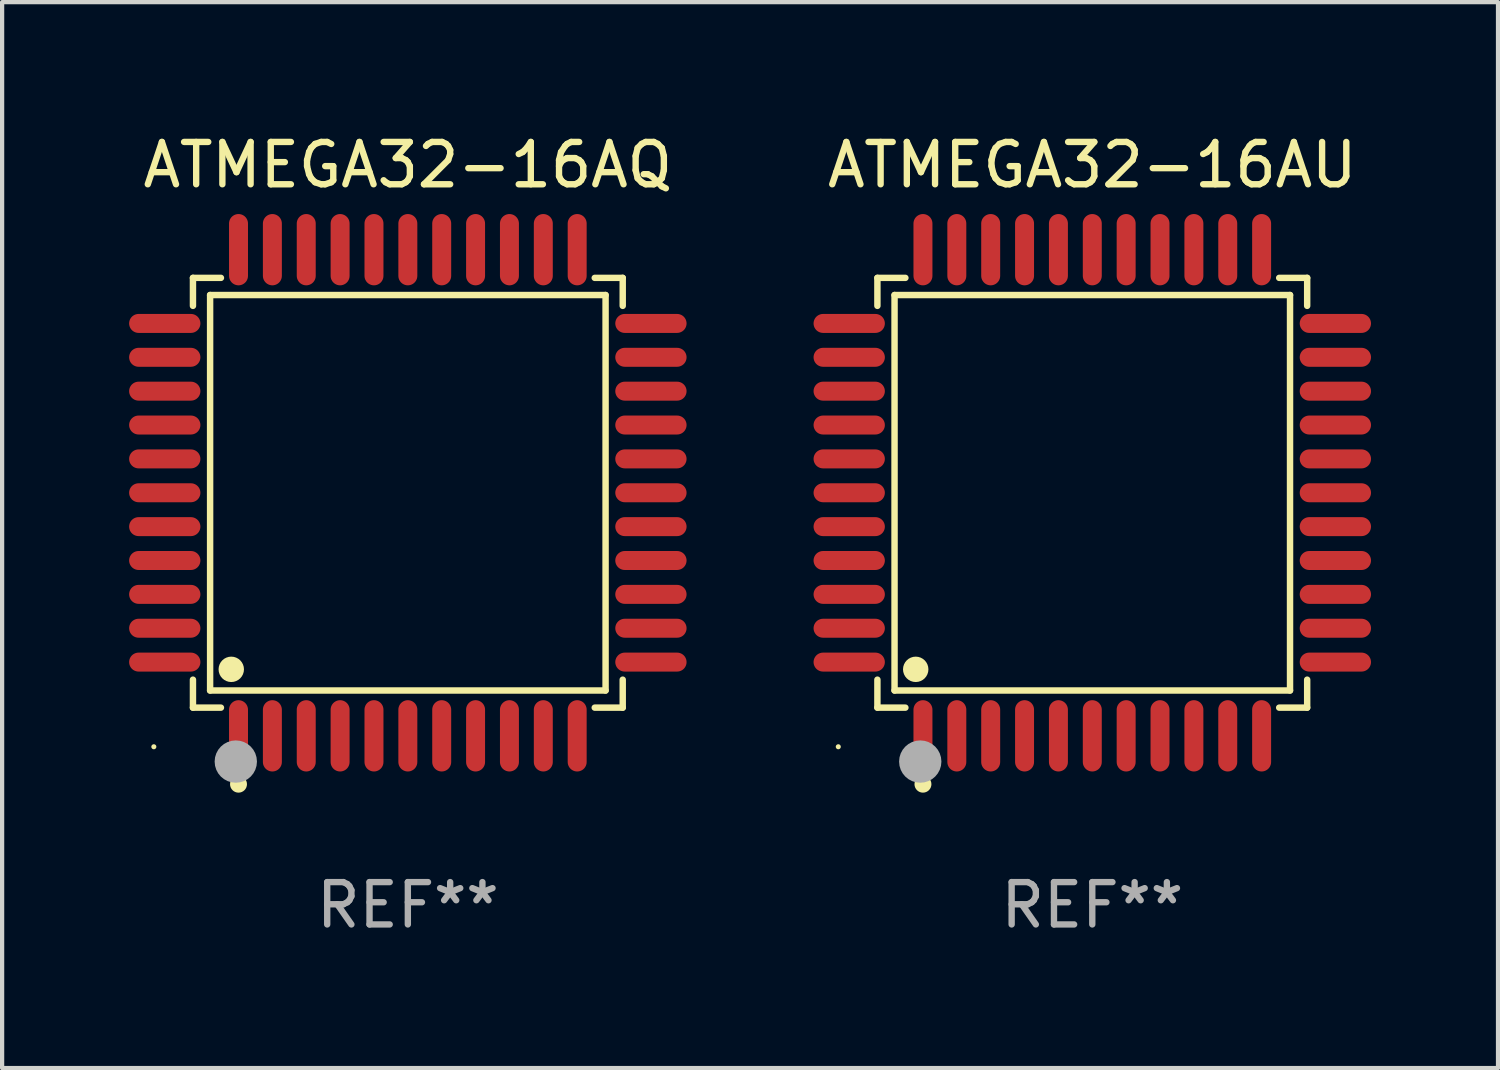
<source format=kicad_pcb>
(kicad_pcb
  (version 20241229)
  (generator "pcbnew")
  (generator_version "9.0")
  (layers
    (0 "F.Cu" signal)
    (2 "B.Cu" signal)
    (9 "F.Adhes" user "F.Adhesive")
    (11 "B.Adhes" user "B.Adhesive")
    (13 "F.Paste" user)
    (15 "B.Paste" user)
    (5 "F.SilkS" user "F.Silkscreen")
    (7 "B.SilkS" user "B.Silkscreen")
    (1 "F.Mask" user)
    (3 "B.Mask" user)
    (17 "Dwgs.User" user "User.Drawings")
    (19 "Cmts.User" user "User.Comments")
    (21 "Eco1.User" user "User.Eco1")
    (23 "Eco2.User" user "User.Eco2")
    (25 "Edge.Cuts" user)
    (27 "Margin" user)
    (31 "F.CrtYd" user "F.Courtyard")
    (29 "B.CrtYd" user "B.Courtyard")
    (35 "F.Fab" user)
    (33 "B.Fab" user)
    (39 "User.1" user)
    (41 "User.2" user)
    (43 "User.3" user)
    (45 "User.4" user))
  (footprint "ATMEGA32-16AU"
    (layer "F.Cu")
    (at 22.752 8.59)
    (property "Reference" "ATMEGA32-16AU" (at 0 -7.742 0) (layer "F.SilkS") (effects (font (size 1 1) (thickness 0.15))))
    (attr through_hole)
    (fp_line (start -5.076 -5.076) (end -4.415 -5.076) (stroke (width 0.152) (type solid)) (layer "F.SilkS"))
    (fp_line (start -5.076 -4.415) (end -5.076 -5.076) (stroke (width 0.152) (type solid)) (layer "F.SilkS"))
    (fp_line (start -5.076 4.415) (end -5.076 5.076) (stroke (width 0.152) (type solid)) (layer "F.SilkS"))
    (fp_line (start -5.076 5.076) (end -4.415 5.076) (stroke (width 0.152) (type solid)) (layer "F.SilkS"))
    (fp_line (start -4.671 -4.671) (end 4.671 -4.671) (stroke (width 0.152) (type solid)) (layer "F.SilkS"))
    (fp_line (start -4.671 4.671) (end -4.671 -4.671) (stroke (width 0.152) (type solid)) (layer "F.SilkS"))
    (fp_line (start 4.671 -4.671) (end 4.671 4.671) (stroke (width 0.152) (type solid)) (layer "F.SilkS"))
    (fp_line (start 4.671 4.671) (end -4.671 4.671) (stroke (width 0.152) (type solid)) (layer "F.SilkS"))
    (fp_line (start 5.076 -5.076) (end 4.415 -5.076) (stroke (width 0.152) (type solid)) (layer "F.SilkS"))
    (fp_line (start 5.076 -4.415) (end 5.076 -5.076) (stroke (width 0.152) (type solid)) (layer "F.SilkS"))
    (fp_line (start 5.076 4.415) (end 5.076 5.076) (stroke (width 0.152) (type solid)) (layer "F.SilkS"))
    (fp_line (start 5.076 5.076) (end 4.415 5.076) (stroke (width 0.152) (type solid)) (layer "F.SilkS"))
    (fp_circle (center -6 6) (end -5.97 6) (stroke (width 0.06) (type solid)) (fill no) (layer "F.SilkS"))
    (fp_circle (center -4.171 4.171) (end -4.021 4.171) (stroke (width 0.3) (type solid)) (fill no) (layer "F.SilkS"))
    (fp_circle (center -4 6.884) (end -3.9 6.884) (stroke (width 0.2) (type solid)) (fill no) (layer "F.SilkS"))
    (fp_circle (center -4.064 6.35) (end -3.814 6.35) (stroke (width 0.5) (type solid)) (fill no) (layer "F.Fab"))
    (fp_text user "REF**" (at 0 9.742 0) (layer "F.Fab") (effects (font (size 1 1) (thickness 0.15))))
    (pad "1" smd oval (at -4 5.742) (size 0.448 1.684) (layers "F.Cu" "F.Mask" "F.Paste"))
    (pad "2" smd oval (at -3.2 5.742) (size 0.448 1.684) (layers "F.Cu" "F.Mask" "F.Paste"))
    (pad "3" smd oval (at -2.4 5.742) (size 0.448 1.684) (layers "F.Cu" "F.Mask" "F.Paste"))
    (pad "4" smd oval (at -1.6 5.742) (size 0.448 1.684) (layers "F.Cu" "F.Mask" "F.Paste"))
    (pad "5" smd oval (at -0.8 5.742) (size 0.448 1.684) (layers "F.Cu" "F.Mask" "F.Paste"))
    (pad "6" smd oval (at 0 5.742) (size 0.448 1.684) (layers "F.Cu" "F.Mask" "F.Paste"))
    (pad "7" smd oval (at 0.8 5.742) (size 0.448 1.684) (layers "F.Cu" "F.Mask" "F.Paste"))
    (pad "8" smd oval (at 1.6 5.742) (size 0.448 1.684) (layers "F.Cu" "F.Mask" "F.Paste"))
    (pad "9" smd oval (at 2.4 5.742) (size 0.448 1.684) (layers "F.Cu" "F.Mask" "F.Paste"))
    (pad "10" smd oval (at 3.2 5.742) (size 0.448 1.684) (layers "F.Cu" "F.Mask" "F.Paste"))
    (pad "11" smd oval (at 4 5.742) (size 0.448 1.684) (layers "F.Cu" "F.Mask" "F.Paste"))
    (pad "12" smd oval (at 5.742 4) (size 1.684 0.448) (layers "F.Cu" "F.Mask" "F.Paste"))
    (pad "13" smd oval (at 5.742 3.2) (size 1.684 0.448) (layers "F.Cu" "F.Mask" "F.Paste"))
    (pad "14" smd oval (at 5.742 2.4) (size 1.684 0.448) (layers "F.Cu" "F.Mask" "F.Paste"))
    (pad "15" smd oval (at 5.742 1.6) (size 1.684 0.448) (layers "F.Cu" "F.Mask" "F.Paste"))
    (pad "16" smd oval (at 5.742 0.8) (size 1.684 0.448) (layers "F.Cu" "F.Mask" "F.Paste"))
    (pad "17" smd oval (at 5.742 0) (size 1.684 0.448) (layers "F.Cu" "F.Mask" "F.Paste"))
    (pad "18" smd oval (at 5.742 -0.8) (size 1.684 0.448) (layers "F.Cu" "F.Mask" "F.Paste"))
    (pad "19" smd oval (at 5.742 -1.6) (size 1.684 0.448) (layers "F.Cu" "F.Mask" "F.Paste"))
    (pad "20" smd oval (at 5.742 -2.4) (size 1.684 0.448) (layers "F.Cu" "F.Mask" "F.Paste"))
    (pad "21" smd oval (at 5.742 -3.2) (size 1.684 0.448) (layers "F.Cu" "F.Mask" "F.Paste"))
    (pad "22" smd oval (at 5.742 -4) (size 1.684 0.448) (layers "F.Cu" "F.Mask" "F.Paste"))
    (pad "23" smd oval (at 4 -5.742) (size 0.448 1.684) (layers "F.Cu" "F.Mask" "F.Paste"))
    (pad "24" smd oval (at 3.2 -5.742) (size 0.448 1.684) (layers "F.Cu" "F.Mask" "F.Paste"))
    (pad "25" smd oval (at 2.4 -5.742) (size 0.448 1.684) (layers "F.Cu" "F.Mask" "F.Paste"))
    (pad "26" smd oval (at 1.6 -5.742) (size 0.448 1.684) (layers "F.Cu" "F.Mask" "F.Paste"))
    (pad "27" smd oval (at 0.8 -5.742) (size 0.448 1.684) (layers "F.Cu" "F.Mask" "F.Paste"))
    (pad "28" smd oval (at 0 -5.742) (size 0.448 1.684) (layers "F.Cu" "F.Mask" "F.Paste"))
    (pad "29" smd oval (at -0.8 -5.742) (size 0.448 1.684) (layers "F.Cu" "F.Mask" "F.Paste"))
    (pad "30" smd oval (at -1.6 -5.742) (size 0.448 1.684) (layers "F.Cu" "F.Mask" "F.Paste"))
    (pad "31" smd oval (at -2.4 -5.742) (size 0.448 1.684) (layers "F.Cu" "F.Mask" "F.Paste"))
    (pad "32" smd oval (at -3.2 -5.742) (size 0.448 1.684) (layers "F.Cu" "F.Mask" "F.Paste"))
    (pad "33" smd oval (at -4 -5.742) (size 0.448 1.684) (layers "F.Cu" "F.Mask" "F.Paste"))
    (pad "34" smd oval (at -5.742 -4) (size 1.684 0.448) (layers "F.Cu" "F.Mask" "F.Paste"))
    (pad "35" smd oval (at -5.742 -3.2) (size 1.684 0.448) (layers "F.Cu" "F.Mask" "F.Paste"))
    (pad "36" smd oval (at -5.742 -2.4) (size 1.684 0.448) (layers "F.Cu" "F.Mask" "F.Paste"))
    (pad "37" smd oval (at -5.742 -1.6) (size 1.684 0.448) (layers "F.Cu" "F.Mask" "F.Paste"))
    (pad "38" smd oval (at -5.742 -0.8) (size 1.684 0.448) (layers "F.Cu" "F.Mask" "F.Paste"))
    (pad "39" smd oval (at -5.742 0) (size 1.684 0.448) (layers "F.Cu" "F.Mask" "F.Paste"))
    (pad "40" smd oval (at -5.742 0.8) (size 1.684 0.448) (layers "F.Cu" "F.Mask" "F.Paste"))
    (pad "41" smd oval (at -5.742 1.6) (size 1.684 0.448) (layers "F.Cu" "F.Mask" "F.Paste"))
    (pad "42" smd oval (at -5.742 2.4) (size 1.684 0.448) (layers "F.Cu" "F.Mask" "F.Paste"))
    (pad "43" smd oval (at -5.742 3.2) (size 1.684 0.448) (layers "F.Cu" "F.Mask" "F.Paste"))
    (pad "44" smd oval (at -5.742 4) (size 1.684 0.448) (layers "F.Cu" "F.Mask" "F.Paste")))
  (footprint "ATMEGA32-16AQ"
    (layer "F.Cu")
    (at 6.584 8.59)
    (property "Reference" "ATMEGA32-16AQ" (at 0 -7.742 0) (layer "F.SilkS") (effects (font (size 1 1) (thickness 0.15))))
    (attr through_hole)
    (fp_line (start -5.076 -5.076) (end -4.415 -5.076) (stroke (width 0.152) (type solid)) (layer "F.SilkS"))
    (fp_line (start -5.076 -4.415) (end -5.076 -5.076) (stroke (width 0.152) (type solid)) (layer "F.SilkS"))
    (fp_line (start -5.076 4.415) (end -5.076 5.076) (stroke (width 0.152) (type solid)) (layer "F.SilkS"))
    (fp_line (start -5.076 5.076) (end -4.415 5.076) (stroke (width 0.152) (type solid)) (layer "F.SilkS"))
    (fp_line (start -4.671 -4.671) (end 4.671 -4.671) (stroke (width 0.152) (type solid)) (layer "F.SilkS"))
    (fp_line (start -4.671 4.671) (end -4.671 -4.671) (stroke (width 0.152) (type solid)) (layer "F.SilkS"))
    (fp_line (start 4.671 -4.671) (end 4.671 4.671) (stroke (width 0.152) (type solid)) (layer "F.SilkS"))
    (fp_line (start 4.671 4.671) (end -4.671 4.671) (stroke (width 0.152) (type solid)) (layer "F.SilkS"))
    (fp_line (start 5.076 -5.076) (end 4.415 -5.076) (stroke (width 0.152) (type solid)) (layer "F.SilkS"))
    (fp_line (start 5.076 -4.415) (end 5.076 -5.076) (stroke (width 0.152) (type solid)) (layer "F.SilkS"))
    (fp_line (start 5.076 4.415) (end 5.076 5.076) (stroke (width 0.152) (type solid)) (layer "F.SilkS"))
    (fp_line (start 5.076 5.076) (end 4.415 5.076) (stroke (width 0.152) (type solid)) (layer "F.SilkS"))
    (fp_circle (center -6 6) (end -5.97 6) (stroke (width 0.06) (type solid)) (fill no) (layer "F.SilkS"))
    (fp_circle (center -4.171 4.171) (end -4.021 4.171) (stroke (width 0.3) (type solid)) (fill no) (layer "F.SilkS"))
    (fp_circle (center -4 6.884) (end -3.9 6.884) (stroke (width 0.2) (type solid)) (fill no) (layer "F.SilkS"))
    (fp_circle (center -4.064 6.35) (end -3.814 6.35) (stroke (width 0.5) (type solid)) (fill no) (layer "F.Fab"))
    (fp_text user "REF**" (at 0 9.742 0) (layer "F.Fab") (effects (font (size 1 1) (thickness 0.15))))
    (pad "1" smd oval (at -4 5.742) (size 0.448 1.684) (layers "F.Cu" "F.Mask" "F.Paste"))
    (pad "2" smd oval (at -3.2 5.742) (size 0.448 1.684) (layers "F.Cu" "F.Mask" "F.Paste"))
    (pad "3" smd oval (at -2.4 5.742) (size 0.448 1.684) (layers "F.Cu" "F.Mask" "F.Paste"))
    (pad "4" smd oval (at -1.6 5.742) (size 0.448 1.684) (layers "F.Cu" "F.Mask" "F.Paste"))
    (pad "5" smd oval (at -0.8 5.742) (size 0.448 1.684) (layers "F.Cu" "F.Mask" "F.Paste"))
    (pad "6" smd oval (at 0 5.742) (size 0.448 1.684) (layers "F.Cu" "F.Mask" "F.Paste"))
    (pad "7" smd oval (at 0.8 5.742) (size 0.448 1.684) (layers "F.Cu" "F.Mask" "F.Paste"))
    (pad "8" smd oval (at 1.6 5.742) (size 0.448 1.684) (layers "F.Cu" "F.Mask" "F.Paste"))
    (pad "9" smd oval (at 2.4 5.742) (size 0.448 1.684) (layers "F.Cu" "F.Mask" "F.Paste"))
    (pad "10" smd oval (at 3.2 5.742) (size 0.448 1.684) (layers "F.Cu" "F.Mask" "F.Paste"))
    (pad "11" smd oval (at 4 5.742) (size 0.448 1.684) (layers "F.Cu" "F.Mask" "F.Paste"))
    (pad "12" smd oval (at 5.742 4) (size 1.684 0.448) (layers "F.Cu" "F.Mask" "F.Paste"))
    (pad "13" smd oval (at 5.742 3.2) (size 1.684 0.448) (layers "F.Cu" "F.Mask" "F.Paste"))
    (pad "14" smd oval (at 5.742 2.4) (size 1.684 0.448) (layers "F.Cu" "F.Mask" "F.Paste"))
    (pad "15" smd oval (at 5.742 1.6) (size 1.684 0.448) (layers "F.Cu" "F.Mask" "F.Paste"))
    (pad "16" smd oval (at 5.742 0.8) (size 1.684 0.448) (layers "F.Cu" "F.Mask" "F.Paste"))
    (pad "17" smd oval (at 5.742 0) (size 1.684 0.448) (layers "F.Cu" "F.Mask" "F.Paste"))
    (pad "18" smd oval (at 5.742 -0.8) (size 1.684 0.448) (layers "F.Cu" "F.Mask" "F.Paste"))
    (pad "19" smd oval (at 5.742 -1.6) (size 1.684 0.448) (layers "F.Cu" "F.Mask" "F.Paste"))
    (pad "20" smd oval (at 5.742 -2.4) (size 1.684 0.448) (layers "F.Cu" "F.Mask" "F.Paste"))
    (pad "21" smd oval (at 5.742 -3.2) (size 1.684 0.448) (layers "F.Cu" "F.Mask" "F.Paste"))
    (pad "22" smd oval (at 5.742 -4) (size 1.684 0.448) (layers "F.Cu" "F.Mask" "F.Paste"))
    (pad "23" smd oval (at 4 -5.742) (size 0.448 1.684) (layers "F.Cu" "F.Mask" "F.Paste"))
    (pad "24" smd oval (at 3.2 -5.742) (size 0.448 1.684) (layers "F.Cu" "F.Mask" "F.Paste"))
    (pad "25" smd oval (at 2.4 -5.742) (size 0.448 1.684) (layers "F.Cu" "F.Mask" "F.Paste"))
    (pad "26" smd oval (at 1.6 -5.742) (size 0.448 1.684) (layers "F.Cu" "F.Mask" "F.Paste"))
    (pad "27" smd oval (at 0.8 -5.742) (size 0.448 1.684) (layers "F.Cu" "F.Mask" "F.Paste"))
    (pad "28" smd oval (at 0 -5.742) (size 0.448 1.684) (layers "F.Cu" "F.Mask" "F.Paste"))
    (pad "29" smd oval (at -0.8 -5.742) (size 0.448 1.684) (layers "F.Cu" "F.Mask" "F.Paste"))
    (pad "30" smd oval (at -1.6 -5.742) (size 0.448 1.684) (layers "F.Cu" "F.Mask" "F.Paste"))
    (pad "31" smd oval (at -2.4 -5.742) (size 0.448 1.684) (layers "F.Cu" "F.Mask" "F.Paste"))
    (pad "32" smd oval (at -3.2 -5.742) (size 0.448 1.684) (layers "F.Cu" "F.Mask" "F.Paste"))
    (pad "33" smd oval (at -4 -5.742) (size 0.448 1.684) (layers "F.Cu" "F.Mask" "F.Paste"))
    (pad "34" smd oval (at -5.742 -4) (size 1.684 0.448) (layers "F.Cu" "F.Mask" "F.Paste"))
    (pad "35" smd oval (at -5.742 -3.2) (size 1.684 0.448) (layers "F.Cu" "F.Mask" "F.Paste"))
    (pad "36" smd oval (at -5.742 -2.4) (size 1.684 0.448) (layers "F.Cu" "F.Mask" "F.Paste"))
    (pad "37" smd oval (at -5.742 -1.6) (size 1.684 0.448) (layers "F.Cu" "F.Mask" "F.Paste"))
    (pad "38" smd oval (at -5.742 -0.8) (size 1.684 0.448) (layers "F.Cu" "F.Mask" "F.Paste"))
    (pad "39" smd oval (at -5.742 0) (size 1.684 0.448) (layers "F.Cu" "F.Mask" "F.Paste"))
    (pad "40" smd oval (at -5.742 0.8) (size 1.684 0.448) (layers "F.Cu" "F.Mask" "F.Paste"))
    (pad "41" smd oval (at -5.742 1.6) (size 1.684 0.448) (layers "F.Cu" "F.Mask" "F.Paste"))
    (pad "42" smd oval (at -5.742 2.4) (size 1.684 0.448) (layers "F.Cu" "F.Mask" "F.Paste"))
    (pad "43" smd oval (at -5.742 3.2) (size 1.684 0.448) (layers "F.Cu" "F.Mask" "F.Paste"))
    (pad "44" smd oval (at -5.742 4) (size 1.684 0.448) (layers "F.Cu" "F.Mask" "F.Paste")))
  (gr_rect
    (start -3 -3)
    (end 32.336 22.18)
    (stroke (width 0.1) (type default))
    (fill no)
    (layer "Edge.Cuts")))
</source>
